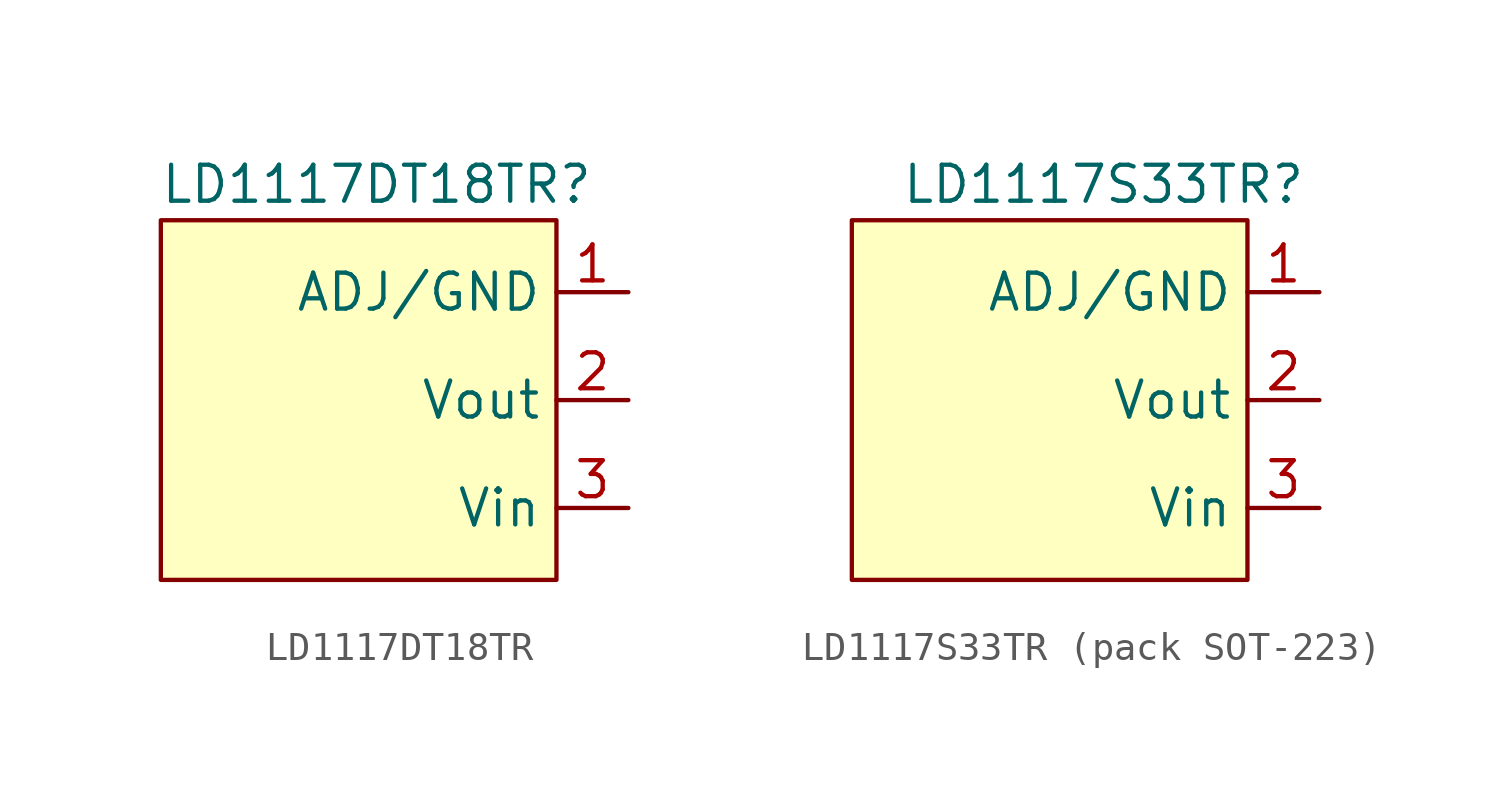
<source format=kicad_sym>
(kicad_symbol_lib
  (version 20241209)
  (generator "kicad_symbol_editor")
  (generator_version "9.0")
  (symbol "LD1117DT18TR"
    (property "Reference" "LD1117DT18TR"
      (at 0 0 0)
      (effects (font (size 1.27 1.27))))
    (property "Value" ""
      (at 0 0 0)
      (effects (font (size 1.27 1.27))))
    (symbol "LD1117DT18TR_1_1"
      (rectangle (start -7.62 -1.27) (end 6.35 -13.97) (stroke (width 0) (type solid)) (fill (type background)))
      (pin input line (at 8.89 -3.81 180) (length 2.54) (name "ADJ/GND" (effects (font (size 1.27 1.27)))) (number "1" (effects (font (size 1.27 1.27)))))
      (pin output line (at 8.89 -7.62 180) (length 2.54) (name "Vout" (effects (font (size 1.27 1.27)))) (number "2" (effects (font (size 1.27 1.27)))))
      (pin input line (at 8.89 -11.43 180) (length 2.54) (name "Vin" (effects (font (size 1.27 1.27)))) (number "3" (effects (font (size 1.27 1.27)))))))
  (symbol "LD1117S33TR (pack SOT-223)"
    (property "Reference" "LD1117S33TR"
      (at 0 0 0)
      (effects (font (size 1.27 1.27))))
    (property "Value" ""
      (at 0 0 0)
      (effects (font (size 1.27 1.27))))
    (symbol "LD1117S33TR (pack SOT-223)_1_1"
      (rectangle (start -8.89 -1.27) (end 5.08 -13.97) (stroke (width 0) (type solid)) (fill (type background)))
      (pin input line (at 7.62 -3.81 180) (length 2.54) (name "ADJ/GND" (effects (font (size 1.27 1.27)))) (number "1" (effects (font (size 1.27 1.27)))))
      (pin output line (at 7.62 -7.62 180) (length 2.54) (name "Vout" (effects (font (size 1.27 1.27)))) (number "2" (effects (font (size 1.27 1.27)))))
      (pin input line (at 7.62 -11.43 180) (length 2.54) (name "Vin" (effects (font (size 1.27 1.27)))) (number "3" (effects (font (size 1.27 1.27))))))))
</source>
